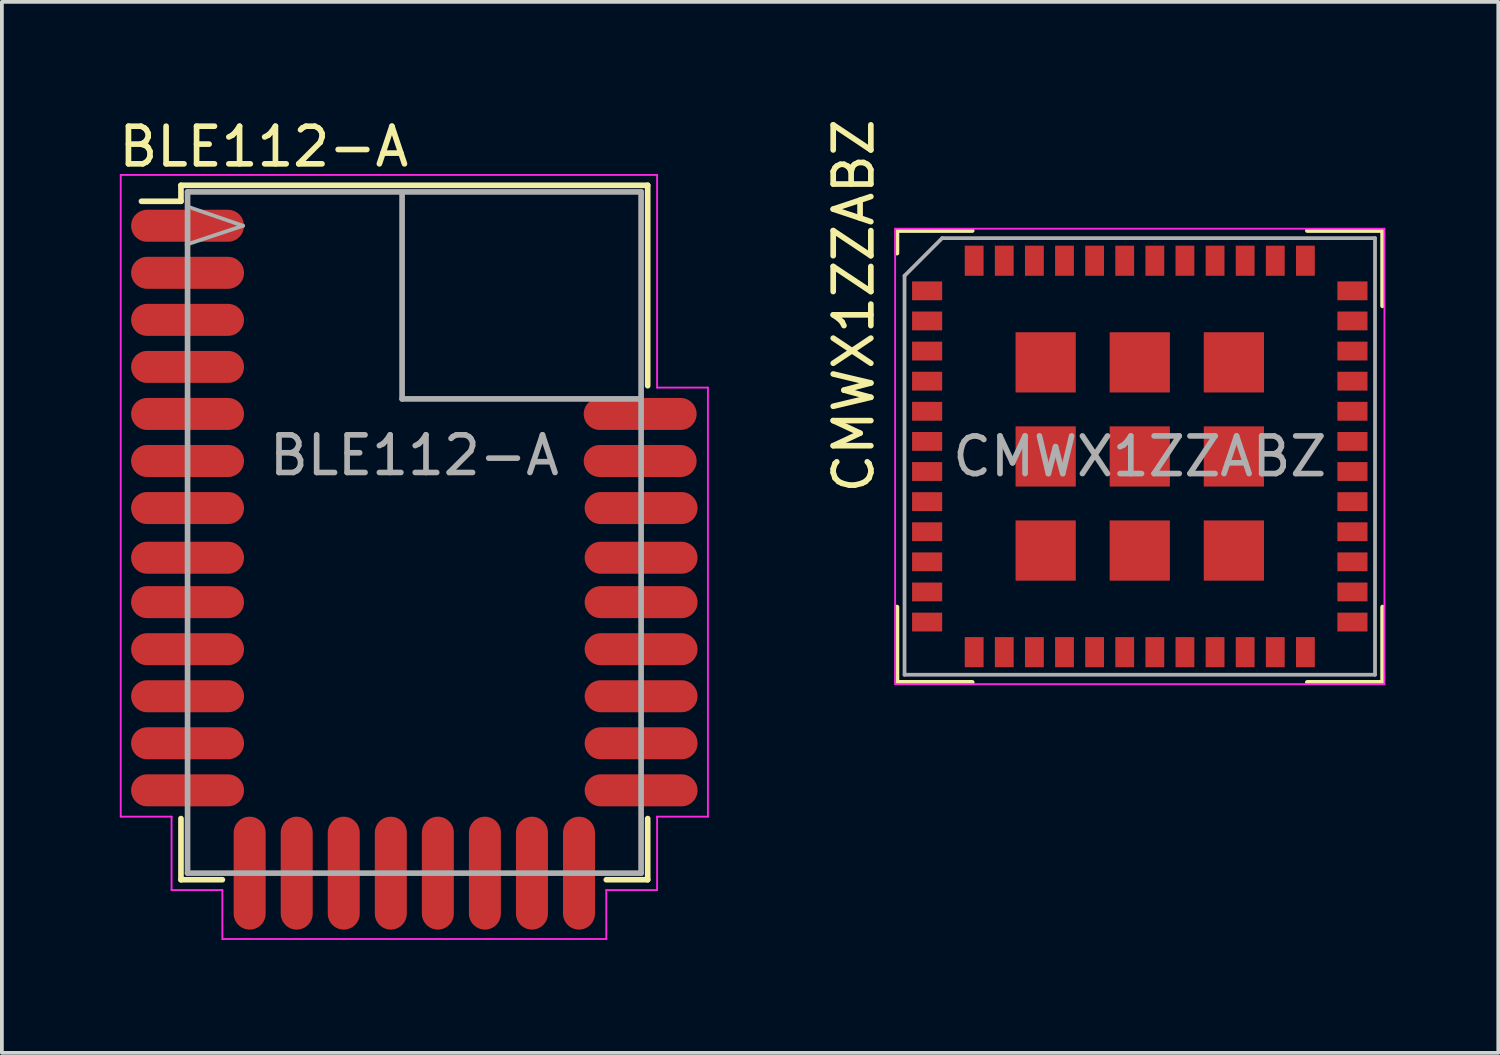
<source format=kicad_pcb>
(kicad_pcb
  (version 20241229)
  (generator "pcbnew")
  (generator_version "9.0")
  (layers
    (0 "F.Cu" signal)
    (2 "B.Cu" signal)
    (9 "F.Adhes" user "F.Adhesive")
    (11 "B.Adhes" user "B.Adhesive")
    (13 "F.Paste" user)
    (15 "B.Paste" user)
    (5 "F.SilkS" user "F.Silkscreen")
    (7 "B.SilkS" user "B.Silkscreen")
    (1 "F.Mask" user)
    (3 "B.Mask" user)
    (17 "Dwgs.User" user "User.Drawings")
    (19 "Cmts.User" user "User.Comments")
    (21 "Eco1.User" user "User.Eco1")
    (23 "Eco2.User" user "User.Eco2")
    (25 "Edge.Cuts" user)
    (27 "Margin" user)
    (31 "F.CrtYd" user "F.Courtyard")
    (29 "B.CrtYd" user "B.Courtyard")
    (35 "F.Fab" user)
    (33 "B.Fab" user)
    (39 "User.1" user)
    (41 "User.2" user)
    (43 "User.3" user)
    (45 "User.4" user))
  (footprint "CMWX1ZZABZ"
    (layer "F.Cu")
    (at 27.232 9.077)
    (property "Reference" "CMWX1ZZABZ" (at -7.6 -4 270) (layer "F.SilkS") (effects (font (size 1 1) (thickness 0.15))))
    (attr smd)
    (fp_line (start -6.45 -6) (end -6.45 -5.4) (stroke (width 0.12) (type solid)) (layer "F.SilkS"))
    (fp_line (start -6.45 -6) (end -4.45 -6) (stroke (width 0.12) (type solid)) (layer "F.SilkS"))
    (fp_line (start -6.45 4) (end -6.45 6) (stroke (width 0.12) (type solid)) (layer "F.SilkS"))
    (fp_line (start -6.45 6) (end -4.45 6) (stroke (width 0.12) (type solid)) (layer "F.SilkS"))
    (fp_line (start 4.45 -6) (end 6.45 -6) (stroke (width 0.12) (type solid)) (layer "F.SilkS"))
    (fp_line (start 4.45 6) (end 6.45 6) (stroke (width 0.12) (type solid)) (layer "F.SilkS"))
    (fp_line (start 6.45 -6) (end 6.45 -4) (stroke (width 0.12) (type solid)) (layer "F.SilkS"))
    (fp_line (start 6.45 4) (end 6.45 6) (stroke (width 0.12) (type solid)) (layer "F.SilkS"))
    (fp_line (start -6.5 -6.05) (end 6.5 -6.05) (stroke (width 0.05) (type solid)) (layer "F.CrtYd"))
    (fp_line (start -6.5 6.05) (end -6.5 -6.05) (stroke (width 0.05) (type solid)) (layer "F.CrtYd"))
    (fp_line (start -6.5 6.05) (end 6.5 6.05) (stroke (width 0.05) (type solid)) (layer "F.CrtYd"))
    (fp_line (start 6.5 -6.05) (end 6.5 6.05) (stroke (width 0.05) (type solid)) (layer "F.CrtYd"))
    (fp_line (start -6.25 -4.8) (end -6.25 5.8) (stroke (width 0.1) (type solid)) (layer "F.Fab"))
    (fp_line (start -6.25 5.8) (end 6.25 5.8) (stroke (width 0.1) (type solid)) (layer "F.Fab"))
    (fp_line (start -5.25 -5.8) (end -6.25 -4.8) (stroke (width 0.1) (type solid)) (layer "F.Fab"))
    (fp_line (start -5.25 -5.8) (end 6.25 -5.8) (stroke (width 0.1) (type solid)) (layer "F.Fab"))
    (fp_line (start 6.25 -5.8) (end 6.25 5.8) (stroke (width 0.1) (type solid)) (layer "F.Fab"))
    (fp_text user "${REFERENCE}" (at 0 0 0) (layer "F.Fab") (effects (font (size 1 1) (thickness 0.15))))
    (pad "1" smd rect (at -5.65 -4.4) (size 0.8 0.5) (layers "F.Cu" "F.Mask" "F.Paste"))
    (pad "2" smd rect (at -5.65 -3.6) (size 0.8 0.5) (layers "F.Cu" "F.Mask" "F.Paste"))
    (pad "3" smd rect (at -5.65 -2.8) (size 0.8 0.5) (layers "F.Cu" "F.Mask" "F.Paste"))
    (pad "4" smd rect (at -5.65 -2) (size 0.8 0.5) (layers "F.Cu" "F.Mask" "F.Paste"))
    (pad "5" smd rect (at -5.65 -1.2) (size 0.8 0.5) (layers "F.Cu" "F.Mask" "F.Paste"))
    (pad "6" smd rect (at -5.65 -0.4) (size 0.8 0.5) (layers "F.Cu" "F.Mask" "F.Paste"))
    (pad "7" smd rect (at -5.65 0.4) (size 0.8 0.5) (layers "F.Cu" "F.Mask" "F.Paste"))
    (pad "8" smd rect (at -5.65 1.2) (size 0.8 0.5) (layers "F.Cu" "F.Mask" "F.Paste"))
    (pad "9" smd rect (at -5.65 2) (size 0.8 0.5) (layers "F.Cu" "F.Mask" "F.Paste"))
    (pad "10" smd rect (at -5.65 2.8) (size 0.8 0.5) (layers "F.Cu" "F.Mask" "F.Paste"))
    (pad "11" smd rect (at -5.65 3.6) (size 0.8 0.5) (layers "F.Cu" "F.Mask" "F.Paste"))
    (pad "12" smd rect (at -5.65 4.4) (size 0.8 0.5) (layers "F.Cu" "F.Mask" "F.Paste"))
    (pad "13" smd rect (at -4.4 5.2 90) (size 0.8 0.5) (layers "F.Cu" "F.Mask" "F.Paste"))
    (pad "14" smd rect (at -3.6 5.2 90) (size 0.8 0.5) (layers "F.Cu" "F.Mask" "F.Paste"))
    (pad "15" smd rect (at -2.8 5.2 90) (size 0.8 0.5) (layers "F.Cu" "F.Mask" "F.Paste"))
    (pad "16" smd rect (at -2 5.2 90) (size 0.8 0.5) (layers "F.Cu" "F.Mask" "F.Paste"))
    (pad "17" smd rect (at -1.2 5.2 90) (size 0.8 0.5) (layers "F.Cu" "F.Mask" "F.Paste"))
    (pad "18" smd rect (at -0.4 5.2 90) (size 0.8 0.5) (layers "F.Cu" "F.Mask" "F.Paste"))
    (pad "19" smd rect (at 0.4 5.2 90) (size 0.8 0.5) (layers "F.Cu" "F.Mask" "F.Paste"))
    (pad "20" smd rect (at 1.2 5.2 270) (size 0.8 0.5) (layers "F.Cu" "F.Mask" "F.Paste"))
    (pad "21" smd rect (at 2 5.2 270) (size 0.8 0.5) (layers "F.Cu" "F.Mask" "F.Paste"))
    (pad "22" smd rect (at 2.8 5.2 270) (size 0.8 0.5) (layers "F.Cu" "F.Mask" "F.Paste"))
    (pad "23" smd rect (at 3.6 5.2 270) (size 0.8 0.5) (layers "F.Cu" "F.Mask" "F.Paste"))
    (pad "24" smd rect (at 4.4 5.2 270) (size 0.8 0.5) (layers "F.Cu" "F.Mask" "F.Paste"))
    (pad "25" smd rect (at 5.65 4.4) (size 0.8 0.5) (layers "F.Cu" "F.Mask" "F.Paste"))
    (pad "26" smd rect (at 5.65 3.6) (size 0.8 0.5) (layers "F.Cu" "F.Mask" "F.Paste"))
    (pad "27" smd rect (at 5.65 2.8) (size 0.8 0.5) (layers "F.Cu" "F.Mask" "F.Paste"))
    (pad "28" smd rect (at 5.65 2) (size 0.8 0.5) (layers "F.Cu" "F.Mask" "F.Paste"))
    (pad "29" smd rect (at 5.65 1.2) (size 0.8 0.5) (layers "F.Cu" "F.Mask" "F.Paste"))
    (pad "30" smd rect (at 5.65 0.4) (size 0.8 0.5) (layers "F.Cu" "F.Mask" "F.Paste"))
    (pad "31" smd rect (at 5.65 -0.4) (size 0.8 0.5) (layers "F.Cu" "F.Mask" "F.Paste"))
    (pad "32" smd rect (at 5.65 -1.2) (size 0.8 0.5) (layers "F.Cu" "F.Mask" "F.Paste"))
    (pad "33" smd rect (at 5.65 -2) (size 0.8 0.5) (layers "F.Cu" "F.Mask" "F.Paste"))
    (pad "34" smd rect (at 5.65 -2.8) (size 0.8 0.5) (layers "F.Cu" "F.Mask" "F.Paste"))
    (pad "35" smd rect (at 5.65 -3.6) (size 0.8 0.5) (layers "F.Cu" "F.Mask" "F.Paste"))
    (pad "36" smd rect (at 5.65 -4.4) (size 0.8 0.5) (layers "F.Cu" "F.Mask" "F.Paste"))
    (pad "37" smd rect (at 4.4 -5.2 90) (size 0.8 0.5) (layers "F.Cu" "F.Mask" "F.Paste"))
    (pad "38" smd rect (at 3.6 -5.2 90) (size 0.8 0.5) (layers "F.Cu" "F.Mask" "F.Paste"))
    (pad "39" smd rect (at 2.8 -5.2 90) (size 0.8 0.5) (layers "F.Cu" "F.Mask" "F.Paste"))
    (pad "40" smd rect (at 2 -5.2 90) (size 0.8 0.5) (layers "F.Cu" "F.Mask" "F.Paste"))
    (pad "41" smd rect (at 1.2 -5.2 90) (size 0.8 0.5) (layers "F.Cu" "F.Mask" "F.Paste"))
    (pad "42" smd rect (at 0.4 -5.2 90) (size 0.8 0.5) (layers "F.Cu" "F.Mask" "F.Paste"))
    (pad "43" smd rect (at -0.4 -5.2 90) (size 0.8 0.5) (layers "F.Cu" "F.Mask" "F.Paste"))
    (pad "44" smd rect (at -1.2 -5.2 90) (size 0.8 0.5) (layers "F.Cu" "F.Mask" "F.Paste"))
    (pad "45" smd rect (at -2 -5.2 90) (size 0.8 0.5) (layers "F.Cu" "F.Mask" "F.Paste"))
    (pad "46" smd rect (at -2.8 -5.2 90) (size 0.8 0.5) (layers "F.Cu" "F.Mask" "F.Paste"))
    (pad "47" smd rect (at -3.6 -5.2 90) (size 0.8 0.5) (layers "F.Cu" "F.Mask" "F.Paste"))
    (pad "48" smd rect (at -4.4 -5.2 90) (size 0.8 0.5) (layers "F.Cu" "F.Mask" "F.Paste"))
    (pad "49" smd rect (at -2.5 -2.5 90) (size 1.6 1.6) (layers "F.Cu" "F.Mask" "F.Paste"))
    (pad "50" smd rect (at 0 -2.5 90) (size 1.6 1.6) (layers "F.Cu" "F.Mask" "F.Paste"))
    (pad "51" smd rect (at 2.5 -2.5 90) (size 1.6 1.6) (layers "F.Cu" "F.Mask" "F.Paste"))
    (pad "52" smd rect (at -2.5 0 90) (size 1.6 1.6) (layers "F.Cu" "F.Mask" "F.Paste"))
    (pad "53" smd rect (at 0 0 90) (size 1.6 1.6) (layers "F.Cu" "F.Mask" "F.Paste"))
    (pad "54" smd rect (at 2.5 0 90) (size 1.6 1.6) (layers "F.Cu" "F.Mask" "F.Paste"))
    (pad "55" smd rect (at -2.5 2.5 90) (size 1.6 1.6) (layers "F.Cu" "F.Mask" "F.Paste"))
    (pad "56" smd rect (at 0 2.5 90) (size 1.6 1.6) (layers "F.Cu" "F.Mask" "F.Paste"))
    (pad "57" smd rect (at 2.5 2.5 90) (size 1.6 1.6) (layers "F.Cu" "F.Mask" "F.Paste")))
  (footprint "BLE112-A"
    (layer "F.Cu")
    (at 7.958 11.548)
    (property "Reference" "BLE112-A" (at -4 -10.7 0) (layer "F.SilkS") (effects (font (size 1 1) (thickness 0.15))))
    (attr smd)
    (fp_line (start -6.2 -9.675) (end -6.2 -9.25) (stroke (width 0.15) (type solid)) (layer "F.SilkS"))
    (fp_line (start -6.2 -9.25) (end -7.25 -9.25) (stroke (width 0.15) (type solid)) (layer "F.SilkS"))
    (fp_line (start -6.2 8.775) (end -6.2 7.15) (stroke (width 0.15) (type solid)) (layer "F.SilkS"))
    (fp_line (start -5.1 8.775) (end -6.2 8.775) (stroke (width 0.15) (type solid)) (layer "F.SilkS"))
    (fp_line (start 5.1 8.775) (end 6.2 8.775) (stroke (width 0.15) (type solid)) (layer "F.SilkS"))
    (fp_line (start 6.2 -9.675) (end -6.2 -9.675) (stroke (width 0.15) (type solid)) (layer "F.SilkS"))
    (fp_line (start 6.2 -4.35) (end 6.2 -9.675) (stroke (width 0.15) (type solid)) (layer "F.SilkS"))
    (fp_line (start 6.2 8.775) (end 6.2 7.15) (stroke (width 0.15) (type solid)) (layer "F.SilkS"))
    (fp_line (start -7.8 -9.95) (end -7.8 7.1) (stroke (width 0.05) (type solid)) (layer "F.CrtYd"))
    (fp_line (start -7.8 7.1) (end -6.45 7.1) (stroke (width 0.05) (type solid)) (layer "F.CrtYd"))
    (fp_line (start -6.45 7.1) (end -6.45 9.05) (stroke (width 0.05) (type solid)) (layer "F.CrtYd"))
    (fp_line (start -6.45 9.05) (end -5.1 9.05) (stroke (width 0.05) (type solid)) (layer "F.CrtYd"))
    (fp_line (start -5.1 9.05) (end -5.1 10.35) (stroke (width 0.05) (type solid)) (layer "F.CrtYd"))
    (fp_line (start -5.1 10.35) (end 5.1 10.35) (stroke (width 0.05) (type solid)) (layer "F.CrtYd"))
    (fp_line (start 5.1 9.05) (end 6.45 9.05) (stroke (width 0.05) (type solid)) (layer "F.CrtYd"))
    (fp_line (start 5.1 10.35) (end 5.1 9.05) (stroke (width 0.05) (type solid)) (layer "F.CrtYd"))
    (fp_line (start 6.45 -9.95) (end -7.8 -9.95) (stroke (width 0.05) (type solid)) (layer "F.CrtYd"))
    (fp_line (start 6.45 -4.3) (end 6.45 -9.95) (stroke (width 0.05) (type solid)) (layer "F.CrtYd"))
    (fp_line (start 6.45 7.1) (end 7.8 7.1) (stroke (width 0.05) (type solid)) (layer "F.CrtYd"))
    (fp_line (start 6.45 9.05) (end 6.45 7.1) (stroke (width 0.05) (type solid)) (layer "F.CrtYd"))
    (fp_line (start 7.8 -4.3) (end 6.45 -4.3) (stroke (width 0.05) (type solid)) (layer "F.CrtYd"))
    (fp_line (start 7.8 7.1) (end 7.8 -4.3) (stroke (width 0.05) (type solid)) (layer "F.CrtYd"))
    (fp_line (start -6.025 -9.5) (end -6.025 8.6) (stroke (width 0.15) (type solid)) (layer "F.Fab"))
    (fp_line (start -6.025 8.6) (end 6.025 8.6) (stroke (width 0.15) (type solid)) (layer "F.Fab"))
    (fp_line (start -6 -9.1) (end -4.55 -8.6) (stroke (width 0.1) (type solid)) (layer "F.Fab"))
    (fp_line (start -4.55 -8.6) (end -6.05 -8.1) (stroke (width 0.1) (type solid)) (layer "F.Fab"))
    (fp_line (start -0.325 -4) (end -0.325 -9.45) (stroke (width 0.15) (type solid)) (layer "F.Fab"))
    (fp_line (start 6 -4) (end -0.325 -4) (stroke (width 0.15) (type solid)) (layer "F.Fab"))
    (fp_line (start 6.025 -9.5) (end -6.025 -9.5) (stroke (width 0.15) (type solid)) (layer "F.Fab"))
    (fp_line (start 6.025 8.6) (end 6.025 -9.5) (stroke (width 0.15) (type solid)) (layer "F.Fab"))
    (fp_text user "${REFERENCE}" (at 0 -2.5 0) (layer "F.Fab") (effects (font (size 1 1) (thickness 0.15))))
    (pad "1" smd oval (at -6.025 -8.6) (size 3 0.85) (layers "F.Cu" "F.Mask" "F.Paste"))
    (pad "2" smd oval (at -6.025 -7.35) (size 3 0.85) (layers "F.Cu" "F.Mask" "F.Paste"))
    (pad "3" smd oval (at -6.025 -6.1) (size 3 0.85) (layers "F.Cu" "F.Mask" "F.Paste"))
    (pad "4" smd oval (at -6.025 -4.85) (size 3 0.85) (layers "F.Cu" "F.Mask" "F.Paste"))
    (pad "5" smd oval (at -6.025 -3.6) (size 3 0.85) (layers "F.Cu" "F.Mask" "F.Paste"))
    (pad "6" smd oval (at -6.025 -2.35) (size 3 0.85) (layers "F.Cu" "F.Mask" "F.Paste"))
    (pad "7" smd oval (at -6.025 -1.1) (size 3 0.85) (layers "F.Cu" "F.Mask" "F.Paste"))
    (pad "8" smd oval (at -6.025 0.22) (size 3 0.85) (layers "F.Cu" "F.Mask" "F.Paste"))
    (pad "9" smd oval (at -6.025 1.4) (size 3 0.85) (layers "F.Cu" "F.Mask" "F.Paste"))
    (pad "10" smd oval (at -6.025 2.65) (size 3 0.85) (layers "F.Cu" "F.Mask" "F.Paste"))
    (pad "11" smd oval (at -6.025 3.9) (size 3 0.85) (layers "F.Cu" "F.Mask" "F.Paste"))
    (pad "12" smd oval (at -6.025 5.15) (size 3 0.85) (layers "F.Cu" "F.Mask" "F.Paste"))
    (pad "13" smd oval (at -6.025 6.4) (size 3 0.85) (layers "F.Cu" "F.Mask" "F.Paste"))
    (pad "14" smd oval (at -4.375 8.6 90) (size 3 0.85) (layers "F.Cu" "F.Mask" "F.Paste"))
    (pad "15" smd oval (at -3.125 8.6 90) (size 3 0.85) (layers "F.Cu" "F.Mask" "F.Paste"))
    (pad "16" smd oval (at -1.875 8.6 90) (size 3 0.85) (layers "F.Cu" "F.Mask" "F.Paste"))
    (pad "17" smd oval (at -0.625 8.6 90) (size 3 0.85) (layers "F.Cu" "F.Mask" "F.Paste"))
    (pad "18" smd oval (at 0.625 8.6 90) (size 3 0.85) (layers "F.Cu" "F.Mask" "F.Paste"))
    (pad "19" smd oval (at 1.875 8.6 90) (size 3 0.85) (layers "F.Cu" "F.Mask" "F.Paste"))
    (pad "20" smd oval (at 3.125 8.6 90) (size 3 0.85) (layers "F.Cu" "F.Mask" "F.Paste"))
    (pad "21" smd oval (at 4.375 8.6 90) (size 3 0.85) (layers "F.Cu" "F.Mask" "F.Paste"))
    (pad "22" smd oval (at 6.025 6.4) (size 3 0.85) (layers "F.Cu" "F.Mask" "F.Paste"))
    (pad "23" smd oval (at 6.025 5.15) (size 3 0.85) (layers "F.Cu" "F.Mask" "F.Paste"))
    (pad "24" smd oval (at 6.025 3.9) (size 3 0.85) (layers "F.Cu" "F.Mask" "F.Paste"))
    (pad "25" smd oval (at 6.025 2.65) (size 3 0.85) (layers "F.Cu" "F.Mask" "F.Paste"))
    (pad "26" smd oval (at 6.025 1.4) (size 3 0.85) (layers "F.Cu" "F.Mask" "F.Paste"))
    (pad "27" smd oval (at 6.025 0.22) (size 3 0.85) (layers "F.Cu" "F.Mask" "F.Paste"))
    (pad "28" smd oval (at 6.025 -1.1) (size 3 0.85) (layers "F.Cu" "F.Mask" "F.Paste"))
    (pad "29" smd oval (at 6 -2.35) (size 3 0.85) (layers "F.Cu" "F.Mask" "F.Paste"))
    (pad "30" smd oval (at 6 -3.6) (size 3 0.85) (layers "F.Cu" "F.Mask" "F.Paste")))
  (gr_rect
    (start -3 -3)
    (end 36.757 24.923)
    (stroke (width 0.1) (type default))
    (fill no)
    (layer "Edge.Cuts")))
</source>
